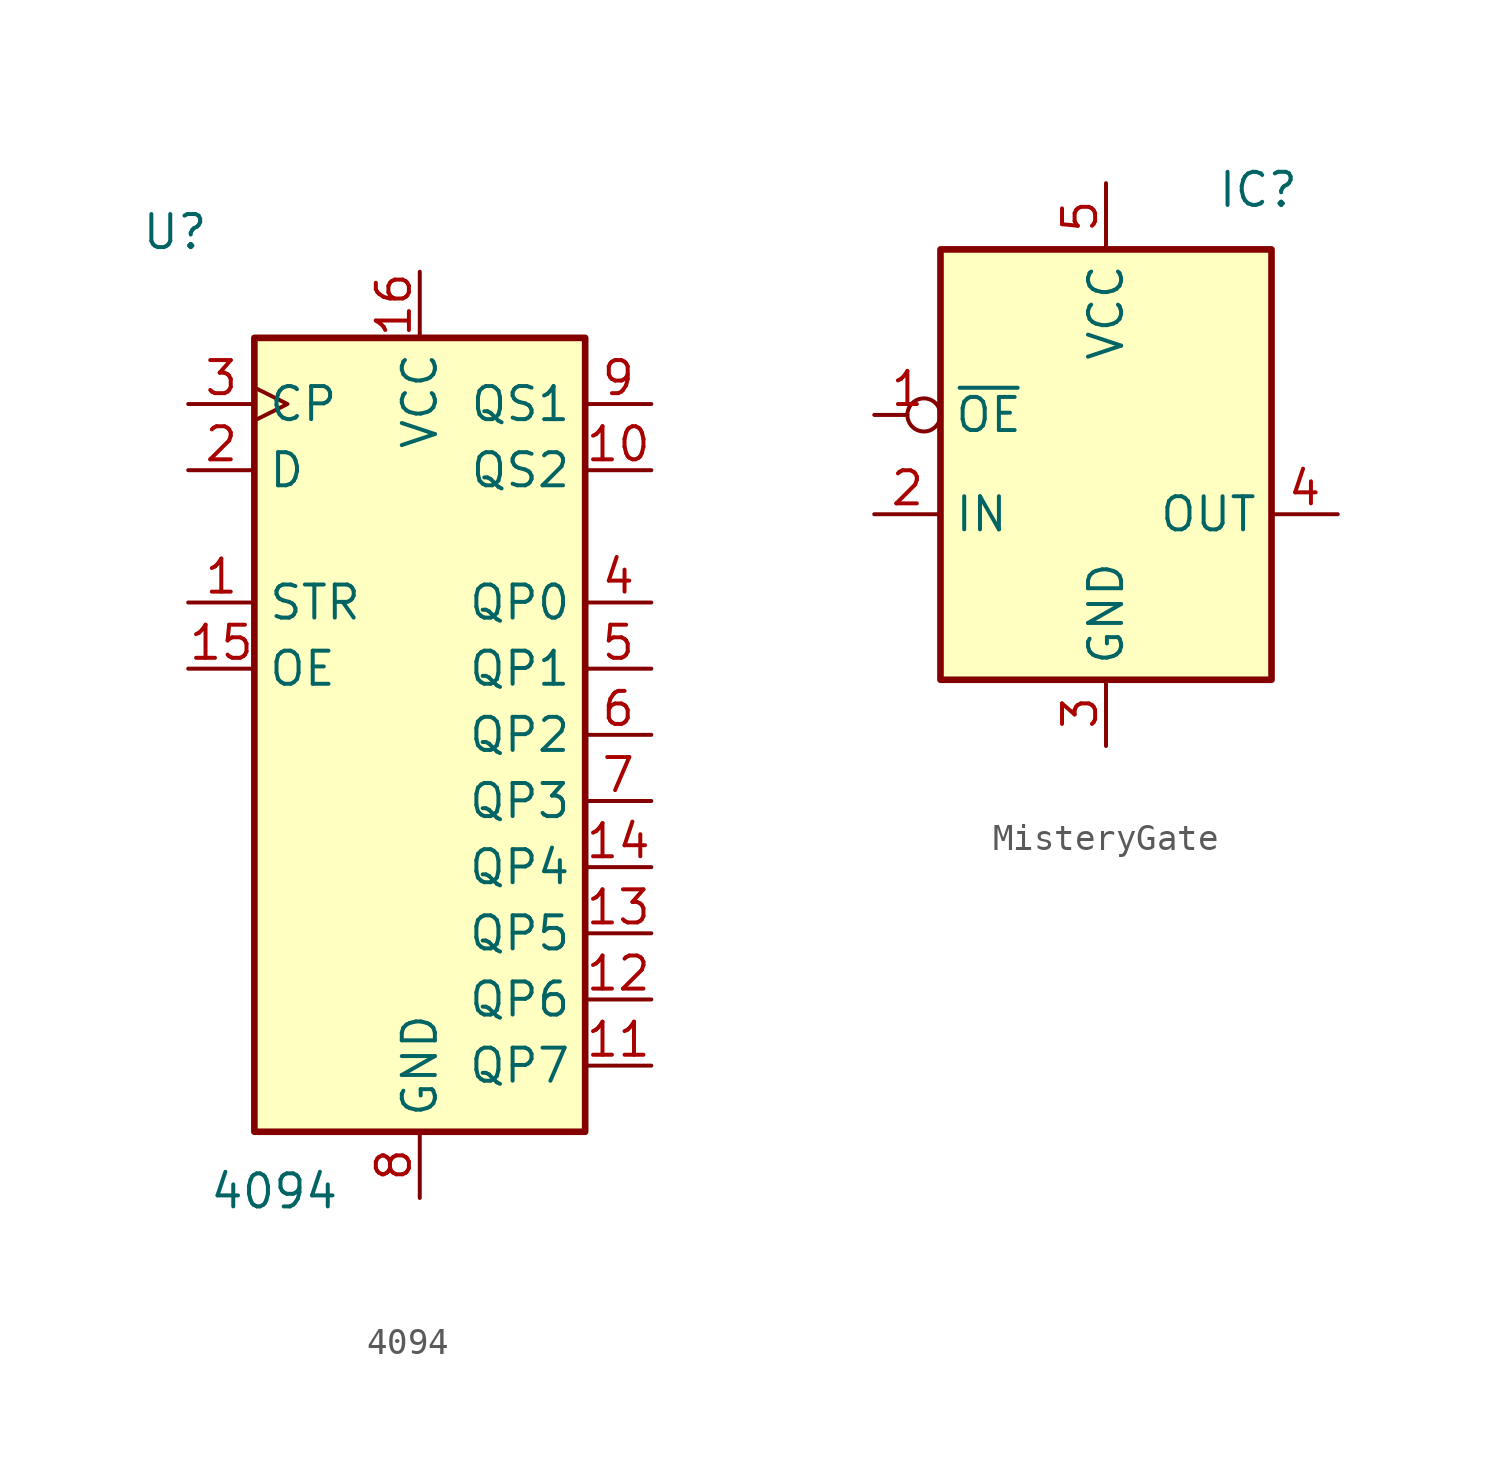
<source format=kicad_sym>
(kicad_symbol_lib
  (version 20231120)
  (generator "kicad_symbol_editor")
  (generator_version "8.0")
  (symbol "4094"
    (property "Reference" "U"
      (at -9.398 16.764 0)
      (effects (font (size 1.27 1.27))))
    (property "Value" "4094"
      (at -5.588 -20.066 0)
      (effects (font (size 1.27 1.27))))
    (symbol "4094_1_1"
      (rectangle (start -6.35 12.7) (end 6.35 -17.78) (stroke (width 0.254) (type default)) (fill (type background)))
      (pin input line (at -8.89 2.54 0) (length 2.54) (name "STR" (effects (font (size 1.27 1.27)))) (number "1" (effects (font (size 1.27 1.27)))))
      (pin output line (at 8.89 7.62 180) (length 2.54) (name "QS2" (effects (font (size 1.27 1.27)))) (number "10" (effects (font (size 1.27 1.27)))))
      (pin output line (at 8.89 -15.24 180) (length 2.54) (name "QP7" (effects (font (size 1.27 1.27)))) (number "11" (effects (font (size 1.27 1.27)))))
      (pin output line (at 8.89 -12.7 180) (length 2.54) (name "QP6" (effects (font (size 1.27 1.27)))) (number "12" (effects (font (size 1.27 1.27)))))
      (pin output line (at 8.89 -10.16 180) (length 2.54) (name "QP5" (effects (font (size 1.27 1.27)))) (number "13" (effects (font (size 1.27 1.27)))))
      (pin output line (at 8.89 -7.62 180) (length 2.54) (name "QP4" (effects (font (size 1.27 1.27)))) (number "14" (effects (font (size 1.27 1.27)))))
      (pin input line (at -8.89 0 0) (length 2.54) (name "OE" (effects (font (size 1.27 1.27)))) (number "15" (effects (font (size 1.27 1.27)))))
      (pin power_in line (at 0 15.24 270) (length 2.54) (name "VCC" (effects (font (size 1.27 1.27)))) (number "16" (effects (font (size 1.27 1.27)))))
      (pin input line (at -8.89 7.62 0) (length 2.54) (name "D" (effects (font (size 1.27 1.27)))) (number "2" (effects (font (size 1.27 1.27)))))
      (pin input clock (at -8.89 10.16 0) (length 2.54) (name "CP" (effects (font (size 1.27 1.27)))) (number "3" (effects (font (size 1.27 1.27)))))
      (pin output line (at 8.89 2.54 180) (length 2.54) (name "QP0" (effects (font (size 1.27 1.27)))) (number "4" (effects (font (size 1.27 1.27)))))
      (pin output line (at 8.89 0 180) (length 2.54) (name "QP1" (effects (font (size 1.27 1.27)))) (number "5" (effects (font (size 1.27 1.27)))))
      (pin output line (at 8.89 -2.54 180) (length 2.54) (name "QP2" (effects (font (size 1.27 1.27)))) (number "6" (effects (font (size 1.27 1.27)))))
      (pin output line (at 8.89 -5.08 180) (length 2.54) (name "QP3" (effects (font (size 1.27 1.27)))) (number "7" (effects (font (size 1.27 1.27)))))
      (pin power_in line (at 0 -20.32 90) (length 2.54) (name "GND" (effects (font (size 1.27 1.27)))) (number "8" (effects (font (size 1.27 1.27)))))
      (pin output line (at 8.89 10.16 180) (length 2.54) (name "QS1" (effects (font (size 1.27 1.27)))) (number "9" (effects (font (size 1.27 1.27)))))))
  (symbol "MisteryGate"
    (property "Reference" "IC"
      (at -3.048 4.826 0)
      (effects (font (size 1.27 1.27))))
    (property "Value" ""
      (at 0 0 0)
      (effects (font (size 1.27 1.27))))
    (symbol "MisteryGate_1_1"
      (rectangle (start -15.24 2.54) (end -2.54 -13.97) (stroke (width 0.254) (type default)) (fill (type background)))
      (pin input inverted (at -17.78 -3.81 0) (length 2.54) (name "~{OE}" (effects (font (size 1.27 1.27)))) (number "1" (effects (font (size 1.27 1.27)))))
      (pin input line (at -17.78 -7.62 0) (length 2.54) (name "IN" (effects (font (size 1.27 1.27)))) (number "2" (effects (font (size 1.27 1.27)))))
      (pin power_in line (at -8.89 -16.51 90) (length 2.54) (name "GND" (effects (font (size 1.27 1.27)))) (number "3" (effects (font (size 1.27 1.27)))))
      (pin output line (at 0 -7.62 180) (length 2.54) (name "OUT" (effects (font (size 1.27 1.27)))) (number "4" (effects (font (size 1.27 1.27)))))
      (pin power_in line (at -8.89 5.08 270) (length 2.54) (name "VCC" (effects (font (size 1.27 1.27)))) (number "5" (effects (font (size 1.27 1.27))))))))
</source>
